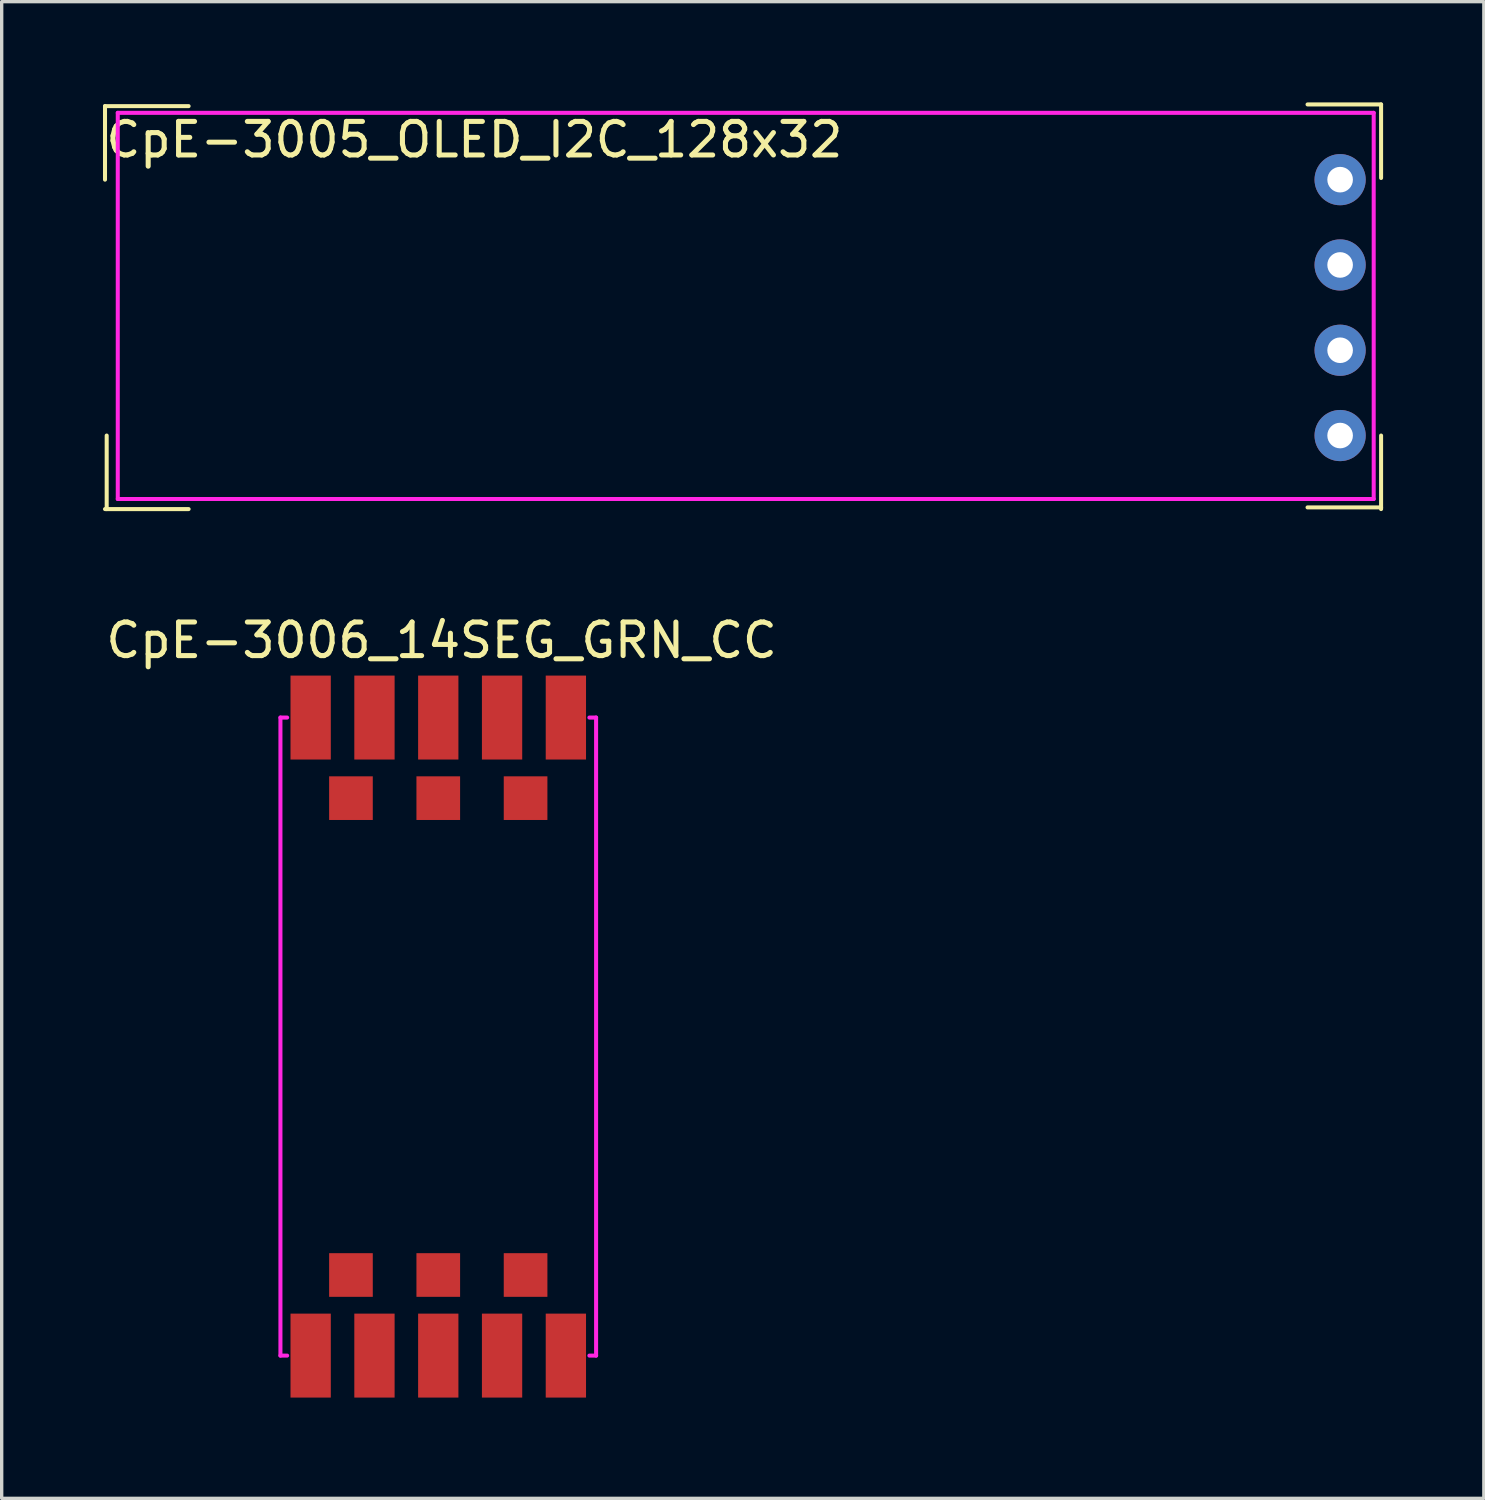
<source format=kicad_pcb>
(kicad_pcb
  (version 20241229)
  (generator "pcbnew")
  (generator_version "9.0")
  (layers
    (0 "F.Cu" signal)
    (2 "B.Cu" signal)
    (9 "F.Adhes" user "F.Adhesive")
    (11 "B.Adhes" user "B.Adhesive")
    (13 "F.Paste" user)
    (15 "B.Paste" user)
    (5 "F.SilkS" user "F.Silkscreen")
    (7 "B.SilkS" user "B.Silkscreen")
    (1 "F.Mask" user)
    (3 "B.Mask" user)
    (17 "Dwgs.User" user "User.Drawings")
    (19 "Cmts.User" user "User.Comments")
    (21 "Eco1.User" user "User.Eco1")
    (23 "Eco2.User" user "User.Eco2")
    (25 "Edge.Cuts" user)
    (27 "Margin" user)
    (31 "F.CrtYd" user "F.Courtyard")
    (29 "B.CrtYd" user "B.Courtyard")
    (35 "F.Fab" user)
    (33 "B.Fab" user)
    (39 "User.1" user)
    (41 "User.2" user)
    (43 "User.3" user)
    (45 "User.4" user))
  (footprint "CpE-3006_14SEG_GRN_CC"
    (layer "F.Cu")
    (at 10.101 27.818)
    (property "Reference" "CpE-3006_14SEG_GRN_CC" (at 0 -11.8 0) (layer "F.SilkS") (effects (font (size 1 1) (thickness 0.15))))
    (attr smd)
    (fp_line (start -4.8 -9.5) (end -4.8 9.5) (stroke (width 0.12) (type solid)) (layer "F.CrtYd"))
    (fp_line (start -4.8 -9.5) (end -4.6 -9.5) (stroke (width 0.12) (type solid)) (layer "F.CrtYd"))
    (fp_line (start -4.8 9.5) (end -4.6 9.5) (stroke (width 0.12) (type solid)) (layer "F.CrtYd"))
    (fp_line (start 4.6 -9.5) (end 4.4 -9.5) (stroke (width 0.12) (type solid)) (layer "F.CrtYd"))
    (fp_line (start 4.6 -9.5) (end 4.6 9.5) (stroke (width 0.12) (type solid)) (layer "F.CrtYd"))
    (fp_line (start 4.6 9.5) (end 4.4 9.5) (stroke (width 0.12) (type solid)) (layer "F.CrtYd"))
    (pad "1" smd rect (at -3.9 9.5) (size 1.2 2.5) (layers "F.Cu" "F.Mask" "F.Paste"))
    (pad "2" smd rect (at -2 9.5) (size 1.2 2.5) (layers "F.Cu" "F.Mask" "F.Paste"))
    (pad "3" smd rect (at -0.1 9.5) (size 1.2 2.5) (layers "F.Cu" "F.Mask" "F.Paste"))
    (pad "4" smd rect (at 1.8 9.5) (size 1.2 2.5) (layers "F.Cu" "F.Mask" "F.Paste"))
    (pad "5" smd rect (at 3.7 9.5) (size 1.2 2.5) (layers "F.Cu" "F.Mask" "F.Paste"))
    (pad "6" smd rect (at 2.5 7.1) (size 1.3 1.3) (layers "F.Cu" "F.Mask" "F.Paste"))
    (pad "7" smd rect (at -0.1 7.1) (size 1.3 1.3) (layers "F.Cu" "F.Mask" "F.Paste"))
    (pad "8" smd rect (at -2.7 7.1) (size 1.3 1.3) (layers "F.Cu" "F.Mask" "F.Paste"))
    (pad "9" smd rect (at -2.7 -7.1) (size 1.3 1.3) (layers "F.Cu" "F.Mask" "F.Paste"))
    (pad "10" smd rect (at -0.1 -7.1) (size 1.3 1.3) (layers "F.Cu" "F.Mask" "F.Paste"))
    (pad "11" smd rect (at 2.5 -7.1) (size 1.3 1.3) (layers "F.Cu" "F.Mask" "F.Paste"))
    (pad "12" smd rect (at 3.7 -9.5) (size 1.2 2.5) (layers "F.Cu" "F.Mask" "F.Paste"))
    (pad "13" smd rect (at 1.8 -9.5) (size 1.2 2.5) (layers "F.Cu" "F.Mask" "F.Paste"))
    (pad "14" smd rect (at -0.1 -9.5) (size 1.2 2.5) (layers "F.Cu" "F.Mask" "F.Paste"))
    (pad "15" smd rect (at -2 -9.5) (size 1.2 2.5) (layers "F.Cu" "F.Mask" "F.Paste"))
    (pad "16" smd rect (at -3.9 -9.5) (size 1.2 2.5) (layers "F.Cu" "F.Mask" "F.Paste")))
  (footprint "CpE-3005_OLED_I2C_128x32"
    (layer "F.Cu")
    (at 36.857 6.11)
    (property "Reference" "CpE-3005_OLED_I2C_128x32" (at -25.78 -5 0) (layer "F.SilkS") (effects (font (size 1 1) (thickness 0.15))))
    (attr through_hole)
    (fp_line (start -36.78 -3.81) (end -36.78 -6) (stroke (width 0.12) (type solid)) (layer "F.SilkS"))
    (fp_line (start -36.73 6) (end -36.73 3.81) (stroke (width 0.12) (type solid)) (layer "F.SilkS"))
    (fp_line (start -34.29 -6) (end -36.78 -6) (stroke (width 0.12) (type solid)) (layer "F.SilkS"))
    (fp_line (start -34.29 6) (end -36.78 6) (stroke (width 0.12) (type solid)) (layer "F.SilkS"))
    (fp_line (start 1.22 -6.05) (end -0.97 -6.05) (stroke (width 0.12) (type solid)) (layer "F.SilkS"))
    (fp_line (start 1.22 -6.05) (end 1.22 -3.86) (stroke (width 0.12) (type solid)) (layer "F.SilkS"))
    (fp_line (start 1.22 3.81) (end 1.22 6) (stroke (width 0.12) (type solid)) (layer "F.SilkS"))
    (fp_line (start 1.22 5.95) (end -0.97 5.95) (stroke (width 0.12) (type solid)) (layer "F.SilkS"))
    (fp_line (start -36.4 -5.8) (end 1 -5.8) (stroke (width 0.12) (type solid)) (layer "F.CrtYd"))
    (fp_line (start -36.4 5.7) (end -36.4 -5.8) (stroke (width 0.12) (type solid)) (layer "F.CrtYd"))
    (fp_line (start 1 -5.8) (end 1 5.7) (stroke (width 0.12) (type solid)) (layer "F.CrtYd"))
    (fp_line (start 1 5.7) (end -36.4 5.7) (stroke (width 0.12) (type solid)) (layer "F.CrtYd"))
    (pad "1" thru_hole circle (at 0 -3.81) (size 1.524 1.524) (drill 0.762) (layers "*.Cu" "*.Mask"))
    (pad "2" thru_hole circle (at 0 -1.27) (size 1.524 1.524) (drill 0.762) (layers "*.Cu" "*.Mask"))
    (pad "3" thru_hole circle (at 0 1.27) (size 1.524 1.524) (drill 0.762) (layers "*.Cu" "*.Mask"))
    (pad "4" thru_hole circle (at 0 3.81) (size 1.524 1.524) (drill 0.762) (layers "*.Cu" "*.Mask")))
  (gr_rect
    (start -3 -3)
    (end 41.137 41.568)
    (stroke (width 0.1) (type default))
    (fill no)
    (layer "Edge.Cuts")))
</source>
